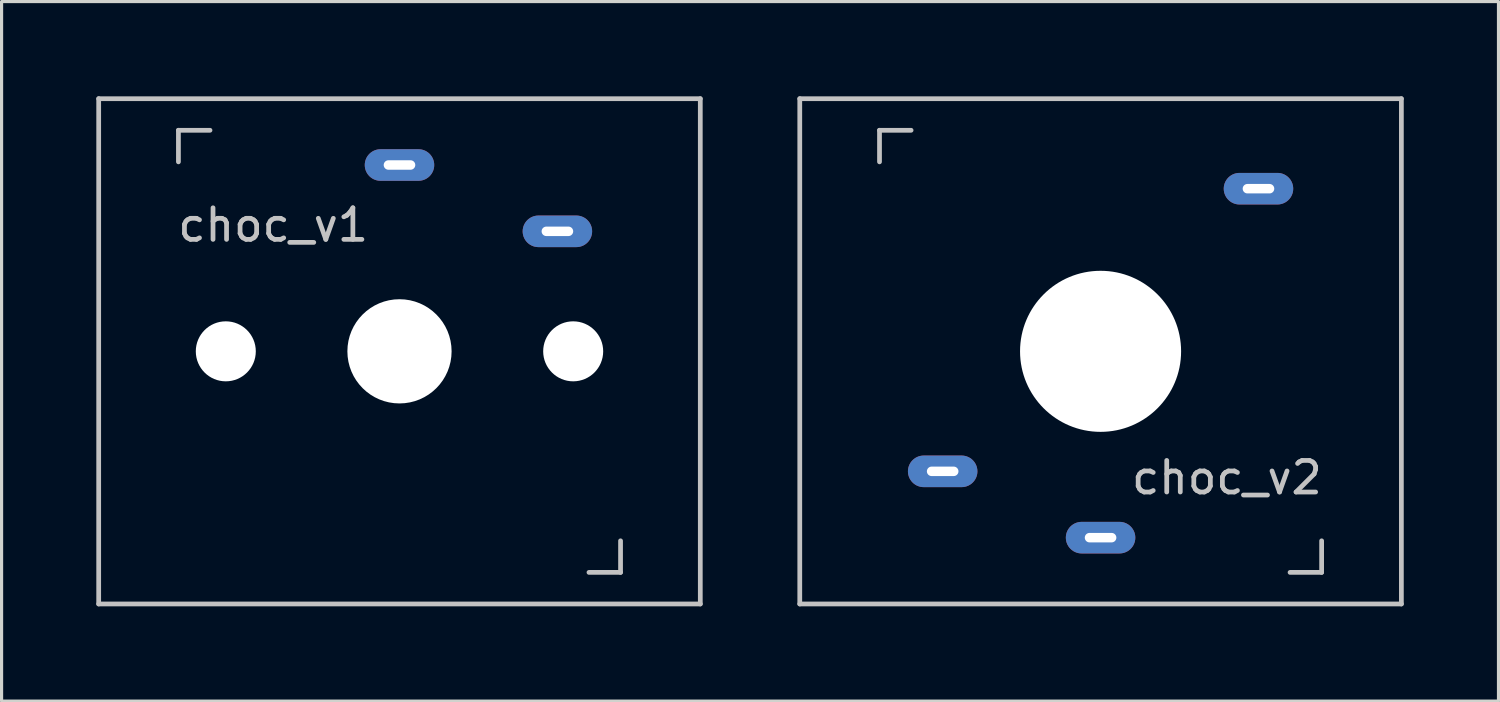
<source format=kicad_pcb>
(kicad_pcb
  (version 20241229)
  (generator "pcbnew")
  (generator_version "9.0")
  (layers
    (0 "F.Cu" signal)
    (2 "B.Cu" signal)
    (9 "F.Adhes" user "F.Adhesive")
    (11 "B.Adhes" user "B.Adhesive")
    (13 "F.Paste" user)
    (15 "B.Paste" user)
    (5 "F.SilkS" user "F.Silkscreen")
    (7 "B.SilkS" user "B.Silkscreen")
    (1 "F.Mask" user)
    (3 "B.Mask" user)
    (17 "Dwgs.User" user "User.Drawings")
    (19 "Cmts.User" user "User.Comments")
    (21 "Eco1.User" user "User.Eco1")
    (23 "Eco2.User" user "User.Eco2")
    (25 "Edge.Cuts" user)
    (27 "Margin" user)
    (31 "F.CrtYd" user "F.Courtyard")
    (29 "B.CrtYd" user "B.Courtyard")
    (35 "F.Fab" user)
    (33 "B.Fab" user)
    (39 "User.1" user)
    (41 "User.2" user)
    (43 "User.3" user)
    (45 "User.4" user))
  (footprint "choc_v2"
    (layer "F.Cu")
    (at 31.8 8.075)
    (property "Reference" "choc_v2" (at 4 4 180) (layer "Dwgs.User") (effects (font (size 1 1) (thickness 0.15))))
    (attr through_hole)
    (fp_line (start -9.525 -8) (end 9.525 -8) (stroke (width 0.15) (type solid)) (layer "Dwgs.User"))
    (fp_line (start -9.525 8) (end -9.525 -8) (stroke (width 0.15) (type solid)) (layer "Dwgs.User"))
    (fp_line (start -7 -7) (end -6 -7) (stroke (width 0.15) (type solid)) (layer "Dwgs.User"))
    (fp_line (start -7 -6) (end -7 -7) (stroke (width 0.15) (type solid)) (layer "Dwgs.User"))
    (fp_line (start 6 7) (end 7 7) (stroke (width 0.15) (type solid)) (layer "Dwgs.User"))
    (fp_line (start 7 7) (end 7 6) (stroke (width 0.15) (type solid)) (layer "Dwgs.User"))
    (fp_line (start 9.525 -8) (end 9.525 8) (stroke (width 0.15) (type solid)) (layer "Dwgs.User"))
    (fp_line (start 9.525 8) (end -9.525 8) (stroke (width 0.15) (type solid)) (layer "Dwgs.User"))
    (pad "" np_thru_hole circle (at 0 0) (size 5.1 5.1) (drill 5.1) (layers "*.Cu" "*.Mask"))
    (pad "1" thru_hole oval (at -5 3.8) (size 2.2 1) (drill oval 1 0.3) (layers "*.Cu" "B.Mask"))
    (pad "2" thru_hole oval (at 0 5.9) (size 2.2 1) (drill oval 1 0.3) (layers "*.Cu" "B.Mask"))
    (pad "2" thru_hole oval (at 5 -5.15) (size 2.2 1) (drill oval 1 0.3) (layers "*.Cu" "B.Mask")))
  (footprint "choc_v1"
    (layer "F.Cu")
    (at 9.6 8.075)
    (property "Reference" "choc_v1" (at -4 -4 180) (layer "Dwgs.User") (effects (font (size 1 1) (thickness 0.15))))
    (attr through_hole)
    (fp_line (start -9.525 -8) (end 9.525 -8) (stroke (width 0.15) (type solid)) (layer "Dwgs.User"))
    (fp_line (start -9.525 8) (end -9.525 -8) (stroke (width 0.15) (type solid)) (layer "Dwgs.User"))
    (fp_line (start -7 -7) (end -6 -7) (stroke (width 0.15) (type solid)) (layer "Dwgs.User"))
    (fp_line (start -7 -6) (end -7 -7) (stroke (width 0.15) (type solid)) (layer "Dwgs.User"))
    (fp_line (start 6 7) (end 7 7) (stroke (width 0.15) (type solid)) (layer "Dwgs.User"))
    (fp_line (start 7 7) (end 7 6) (stroke (width 0.15) (type solid)) (layer "Dwgs.User"))
    (fp_line (start 9.525 -8) (end 9.525 8) (stroke (width 0.15) (type solid)) (layer "Dwgs.User"))
    (fp_line (start 9.525 8) (end -9.525 8) (stroke (width 0.15) (type solid)) (layer "Dwgs.User"))
    (pad "" np_thru_hole circle (at -5.5 0) (size 1.9 1.9) (drill 1.9) (layers "*.Cu" "*.Mask"))
    (pad "" np_thru_hole circle (at 0 0) (size 3.3 3.3) (drill 3.3) (layers "*.Cu" "*.Mask"))
    (pad "" np_thru_hole circle (at 5.5 0) (size 1.9 1.9) (drill 1.9) (layers "*.Cu" "*.Mask"))
    (pad "1" thru_hole oval (at 5 -3.8) (size 2.2 1) (drill oval 1 0.3) (layers "*.Cu" "B.Mask"))
    (pad "2" thru_hole oval (at 0 -5.9) (size 2.2 1) (drill oval 1 0.3) (layers "*.Cu" "B.Mask")))
  (gr_rect
    (start -3 -3)
    (end 44.4 19.15)
    (stroke (width 0.1) (type default))
    (fill no)
    (layer "Edge.Cuts")))
</source>
